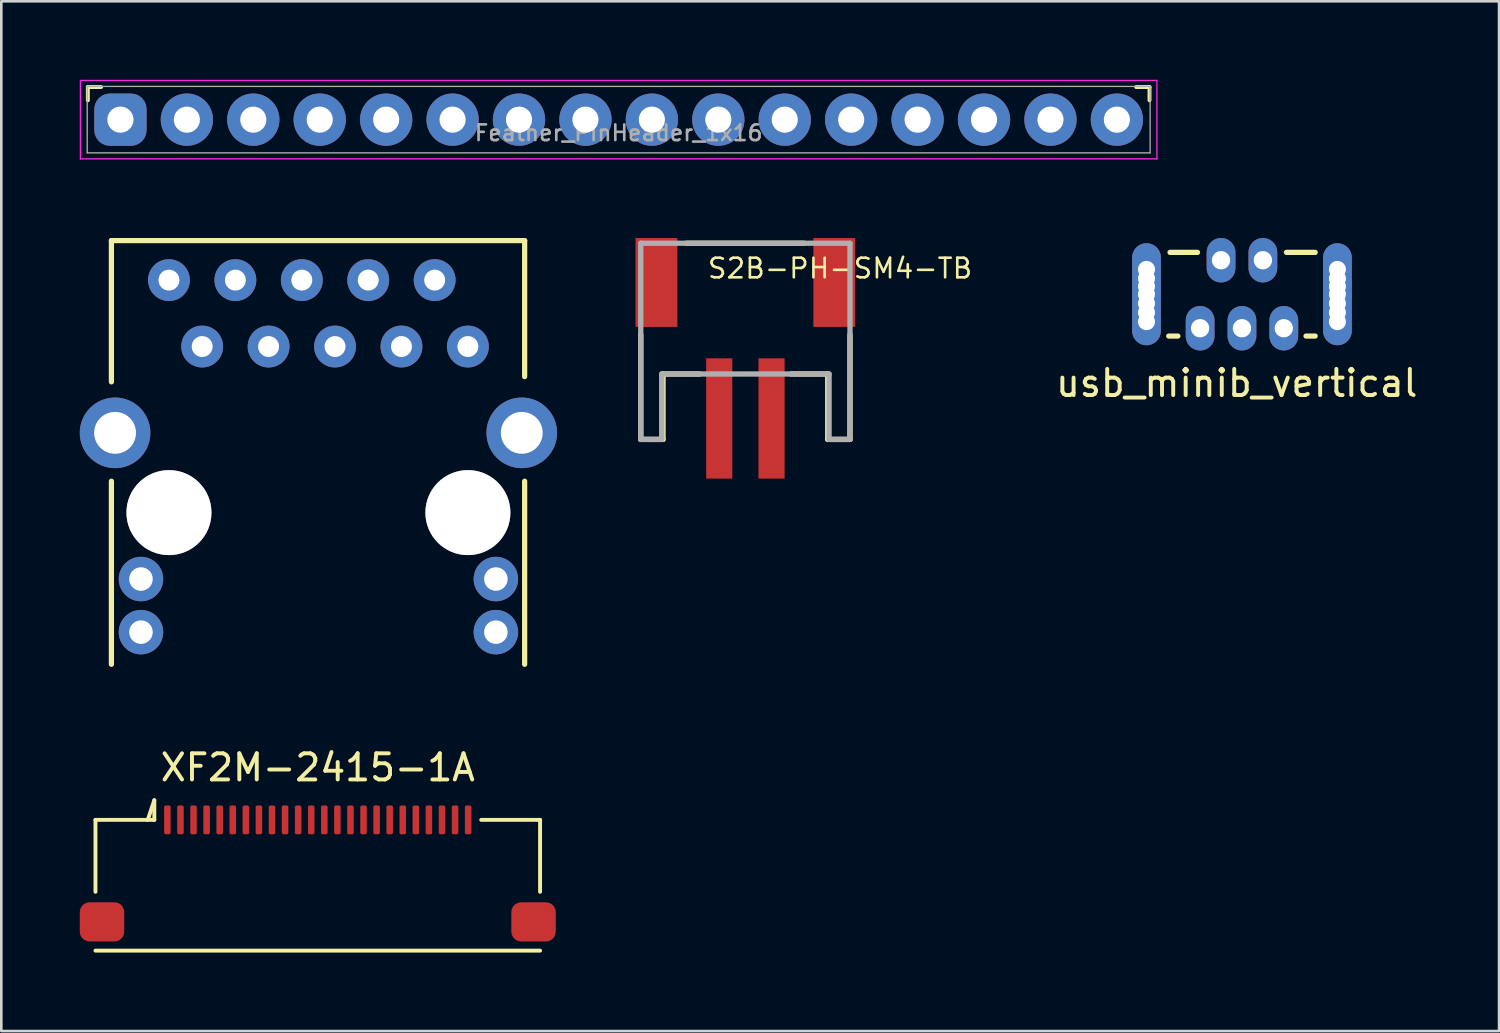
<source format=kicad_pcb>
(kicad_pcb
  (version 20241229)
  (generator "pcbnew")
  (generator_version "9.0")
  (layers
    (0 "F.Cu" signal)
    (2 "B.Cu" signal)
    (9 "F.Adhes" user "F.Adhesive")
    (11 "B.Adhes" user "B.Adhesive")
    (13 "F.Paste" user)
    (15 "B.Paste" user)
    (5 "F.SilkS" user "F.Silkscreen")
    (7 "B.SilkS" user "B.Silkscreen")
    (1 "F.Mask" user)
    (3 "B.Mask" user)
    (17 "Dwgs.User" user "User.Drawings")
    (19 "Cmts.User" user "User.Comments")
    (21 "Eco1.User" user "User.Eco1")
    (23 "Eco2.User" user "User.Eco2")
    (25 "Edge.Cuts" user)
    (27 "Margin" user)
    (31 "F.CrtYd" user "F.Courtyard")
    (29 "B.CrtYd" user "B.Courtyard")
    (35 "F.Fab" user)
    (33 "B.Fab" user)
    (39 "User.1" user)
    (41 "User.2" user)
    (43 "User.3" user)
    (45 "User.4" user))
  (footprint "MAGJACK"
    (layer "F.Cu")
    (at 3.41 16.55)
    (property "Reference" "MAGJACK" (at 6.2 0 0) (layer "F.SilkS") (effects (font (size 0.001 0.001) (thickness 0.15))))
    (attr through_hole)
    (fp_line (start -2.2 -10.4) (end -2.2 -5) (stroke (width 0.2) (type solid)) (layer "F.SilkS"))
    (fp_line (start -2.2 -1.2) (end -2.2 5.8) (stroke (width 0.2) (type solid)) (layer "F.SilkS"))
    (fp_line (start 13.6 -10.4) (end -2.2 -10.4) (stroke (width 0.2) (type solid)) (layer "F.SilkS"))
    (fp_line (start 13.6 -5.2) (end 13.6 -10.4) (stroke (width 0.2) (type solid)) (layer "F.SilkS"))
    (fp_line (start 13.6 5.8) (end 13.6 -1.2) (stroke (width 0.2) (type solid)) (layer "F.SilkS"))
    (pad "" thru_hole circle (at 0 0) (size 3.25 3.25) (drill 3.25) (layers "*.Cu" "*.Mask"))
    (pad "" thru_hole circle (at 11.43 0) (size 3.25 3.25) (drill 3.25) (layers "*.Cu" "*.Mask"))
    (pad "1" thru_hole circle (at -2.06 -3.05) (size 2.7 2.7) (drill 1.6) (layers "*.Cu" "*.Mask"))
    (pad "1" thru_hole circle (at 13.49 -3.05) (size 2.7 2.7) (drill 1.6) (layers "*.Cu" "*.Mask"))
    (pad "2" thru_hole circle (at 11.43 -6.35) (size 1.6 1.6) (drill 0.8) (layers "*.Cu" "*.Mask"))
    (pad "3" thru_hole circle (at 10.16 -8.89) (size 1.6 1.6) (drill 0.8) (layers "*.Cu" "*.Mask"))
    (pad "4" thru_hole circle (at 8.89 -6.35) (size 1.6 1.6) (drill 0.8) (layers "*.Cu" "*.Mask"))
    (pad "5" thru_hole circle (at 7.62 -8.89) (size 1.6 1.6) (drill 0.8) (layers "*.Cu" "*.Mask"))
    (pad "6" thru_hole circle (at 6.35 -6.35) (size 1.6 1.6) (drill 0.8) (layers "*.Cu" "*.Mask"))
    (pad "7" thru_hole circle (at 5.08 -8.89) (size 1.6 1.6) (drill 0.8) (layers "*.Cu" "*.Mask"))
    (pad "8" thru_hole circle (at 3.81 -6.35) (size 1.6 1.6) (drill 0.8) (layers "*.Cu" "*.Mask"))
    (pad "9" thru_hole circle (at 2.54 -8.89) (size 1.6 1.6) (drill 0.8) (layers "*.Cu" "*.Mask"))
    (pad "10" thru_hole circle (at 1.27 -6.35) (size 1.6 1.6) (drill 0.8) (layers "*.Cu" "*.Mask"))
    (pad "11" thru_hole circle (at 0 -8.89) (size 1.6 1.6) (drill 0.8) (layers "*.Cu" "*.Mask"))
    (pad "12" thru_hole circle (at 12.5 2.54) (size 1.7 1.7) (drill 0.9) (layers "*.Cu" "*.Mask"))
    (pad "13" thru_hole circle (at 12.5 4.57) (size 1.7 1.7) (drill 0.9) (layers "*.Cu" "*.Mask"))
    (pad "14" thru_hole circle (at -1.07 2.54) (size 1.7 1.7) (drill 0.9) (layers "*.Cu" "*.Mask"))
    (pad "15" thru_hole circle (at -1.07 4.57) (size 1.7 1.7) (drill 0.9) (layers "*.Cu" "*.Mask")))
  (footprint "usb_minib_vertical"
    (layer "F.Cu")
    (at 44.437 8.2)
    (property "Reference" "usb_minib_vertical" (at -0.2 3.4 0) (layer "F.SilkS") (effects (font (size 1 1) (thickness 0.15))))
    (attr through_hole)
    (fp_line (start -2.45 1.6) (end -2.8 1.6) (stroke (width 0.2) (type solid)) (layer "F.SilkS"))
    (fp_line (start -1.7 -1.6) (end -2.75 -1.6) (stroke (width 0.2) (type solid)) (layer "F.SilkS"))
    (fp_line (start 2.45 1.6) (end 2.8 1.6) (stroke (width 0.2) (type solid)) (layer "F.SilkS"))
    (fp_line (start 2.8 -1.6) (end 1.7 -1.6) (stroke (width 0.2) (type solid)) (layer "F.SilkS"))
    (pad "1" thru_hole oval (at -1.6 1.3) (size 1.1 1.7) (drill 0.7) (layers "*.Cu" "*.Mask"))
    (pad "2" thru_hole oval (at -0.8 -1.3) (size 1.1 1.7) (drill 0.7) (layers "*.Cu" "*.Mask"))
    (pad "3" thru_hole oval (at 0 1.3) (size 1.1 1.7) (drill 0.7) (layers "*.Cu" "*.Mask"))
    (pad "4" thru_hole oval (at 0.8 -1.3) (size 1.1 1.7) (drill 0.7) (layers "*.Cu" "*.Mask"))
    (pad "5" thru_hole oval (at 1.6 1.3) (size 1.1 1.7) (drill 0.7) (layers "*.Cu" "*.Mask"))
    (pad "6" thru_hole oval (at -3.65 -0.95) (size 1 1) (drill 0.65) (layers "*.Cu" "*.Mask"))
    (pad "6" thru_hole oval (at -3.65 -0.6) (size 1 1) (drill 0.65) (layers "*.Cu" "*.Mask"))
    (pad "6" thru_hole oval (at -3.65 -0.3) (size 1 1) (drill 0.65) (layers "*.Cu" "*.Mask"))
    (pad "6" thru_hole oval (at -3.65 0) (size 1.1 3.9) (drill 0.65) (layers "*.Cu" "*.Mask"))
    (pad "6" thru_hole oval (at -3.65 0.35) (size 1 1) (drill 0.65) (layers "*.Cu" "*.Mask"))
    (pad "6" thru_hole oval (at -3.65 0.7) (size 1 1) (drill 0.65) (layers "*.Cu" "*.Mask"))
    (pad "6" thru_hole oval (at -3.65 1.05) (size 1 1) (drill 0.65) (layers "*.Cu" "*.Mask"))
    (pad "6" thru_hole oval (at 3.65 -0.95) (size 1 1) (drill 0.65) (layers "*.Cu" "*.Mask"))
    (pad "6" thru_hole oval (at 3.65 -0.6) (size 1 1) (drill 0.65) (layers "*.Cu" "*.Mask"))
    (pad "6" thru_hole oval (at 3.65 -0.3) (size 1 1) (drill 0.65) (layers "*.Cu" "*.Mask"))
    (pad "6" thru_hole oval (at 3.65 0) (size 1.1 3.9) (drill 0.65) (layers "*.Cu" "*.Mask"))
    (pad "6" thru_hole oval (at 3.65 0.35) (size 1 1) (drill 0.65) (layers "*.Cu" "*.Mask"))
    (pad "6" thru_hole oval (at 3.65 0.7) (size 1 1) (drill 0.65) (layers "*.Cu" "*.Mask"))
    (pad "6" thru_hole oval (at 3.65 1.05) (size 1 1) (drill 0.65) (layers "*.Cu" "*.Mask")))
  (footprint "Feather_PinHeader_1x16"
    (layer "F.Cu")
    (at 20.605 1.525)
    (property "Reference" "Feather_PinHeader_1x16" (at 0 0.508 180) (layer "F.Fab") (effects (font (size 0.6 0.6) (thickness 0.1))))
    (attr through_hole)
    (fp_line (start -20.297 -1.247) (end -20.297 -0.739) (stroke (width 0.15) (type solid)) (layer "F.SilkS"))
    (fp_line (start -20.297 -1.247) (end -19.789 -1.247) (stroke (width 0.15) (type solid)) (layer "F.SilkS"))
    (fp_line (start 19.789 -1.247) (end 20.297 -1.247) (stroke (width 0.15) (type solid)) (layer "F.SilkS"))
    (fp_line (start 20.297 -1.247) (end 20.297 -0.739) (stroke (width 0.15) (type solid)) (layer "F.SilkS"))
    (fp_line (start -20.58 -1.5) (end -20.58 1.5) (stroke (width 0.05) (type solid)) (layer "F.CrtYd"))
    (fp_line (start -20.58 -1.5) (end 20.58 -1.5) (stroke (width 0.05) (type solid)) (layer "F.CrtYd"))
    (fp_line (start 20.58 1.5) (end -20.58 1.5) (stroke (width 0.05) (type solid)) (layer "F.CrtYd"))
    (fp_line (start 20.58 1.5) (end 20.58 -1.5) (stroke (width 0.05) (type solid)) (layer "F.CrtYd"))
    (fp_line (start -20.32 -1.27) (end 20.32 -1.27) (stroke (width 0.05) (type solid)) (layer "F.Fab"))
    (fp_line (start -20.32 1.27) (end -20.32 -1.27) (stroke (width 0.05) (type solid)) (layer "F.Fab"))
    (fp_line (start -20.32 1.27) (end 20.32 1.27) (stroke (width 0.05) (type solid)) (layer "F.Fab"))
    (fp_line (start 20.32 -1.27) (end 20.32 1.27) (stroke (width 0.05) (type solid)) (layer "F.Fab"))
    (pad "1" thru_hole roundrect (at -19.05 0) (size 2 2) (drill 1) (layers "*.Cu" "*.Mask") (roundrect_rratio 0.3))
    (pad "2" thru_hole circle (at -16.51 0) (size 2 2) (drill 1) (layers "*.Cu" "*.Mask"))
    (pad "3" thru_hole circle (at -13.97 0) (size 2 2) (drill 1) (layers "*.Cu" "*.Mask"))
    (pad "4" thru_hole circle (at -11.43 0) (size 2 2) (drill 1) (layers "*.Cu" "*.Mask"))
    (pad "5" thru_hole circle (at -8.89 0) (size 2 2) (drill 1) (layers "*.Cu" "*.Mask"))
    (pad "6" thru_hole circle (at -6.35 0) (size 2 2) (drill 1) (layers "*.Cu" "*.Mask"))
    (pad "7" thru_hole circle (at -3.81 0) (size 2 2) (drill 1) (layers "*.Cu" "*.Mask"))
    (pad "8" thru_hole circle (at -1.27 0) (size 2 2) (drill 1) (layers "*.Cu" "*.Mask"))
    (pad "9" thru_hole circle (at 1.27 0) (size 2 2) (drill 1) (layers "*.Cu" "*.Mask"))
    (pad "10" thru_hole circle (at 3.81 0) (size 2 2) (drill 1) (layers "*.Cu" "*.Mask"))
    (pad "11" thru_hole circle (at 6.35 0) (size 2 2) (drill 1) (layers "*.Cu" "*.Mask"))
    (pad "12" thru_hole circle (at 8.89 0) (size 2 2) (drill 1) (layers "*.Cu" "*.Mask"))
    (pad "13" thru_hole circle (at 11.43 0) (size 2 2) (drill 1) (layers "*.Cu" "*.Mask"))
    (pad "14" thru_hole circle (at 13.97 0) (size 2 2) (drill 1) (layers "*.Cu" "*.Mask"))
    (pad "15" thru_hole circle (at 16.51 0) (size 2 2) (drill 1) (layers "*.Cu" "*.Mask"))
    (pad "16" thru_hole circle (at 19.05 0) (size 2 2) (drill 1) (layers "*.Cu" "*.Mask")))
  (footprint "S2B-PH-SM4-TB"
    (layer "F.Cu")
    (at 25.45 9.25)
    (property "Reference" "S2B-PH-SM4-TB" (at -1.5 -1.6 0) (layer "F.SilkS") (effects (font (size 0.75 0.75) (thickness 0.1)) (justify left bottom)))
    (attr smd)
    (fp_line (start -4 4.5) (end -4 0.5) (stroke (width 0.203) (type solid)) (layer "F.SilkS"))
    (fp_line (start -3.15 2) (end -3.15 4.5) (stroke (width 0.203) (type solid)) (layer "F.SilkS"))
    (fp_line (start -3.15 4.5) (end -4 4.5) (stroke (width 0.203) (type solid)) (layer "F.SilkS"))
    (fp_line (start -2.25 -3) (end 2.25 -3) (stroke (width 0.203) (type solid)) (layer "F.SilkS"))
    (fp_line (start -1.75 2) (end -3.15 2) (stroke (width 0.203) (type solid)) (layer "F.SilkS"))
    (fp_line (start 3.15 2) (end 1.75 2) (stroke (width 0.203) (type solid)) (layer "F.SilkS"))
    (fp_line (start 3.15 4.5) (end 3.15 2) (stroke (width 0.203) (type solid)) (layer "F.SilkS"))
    (fp_line (start 4 0.5) (end 4 4.5) (stroke (width 0.203) (type solid)) (layer "F.SilkS"))
    (fp_line (start 4 4.5) (end 3.15 4.5) (stroke (width 0.203) (type solid)) (layer "F.SilkS"))
    (fp_line (start -4 -3) (end 4 -3) (stroke (width 0.203) (type solid)) (layer "F.Fab"))
    (fp_line (start -4 4.5) (end -4 -3) (stroke (width 0.203) (type solid)) (layer "F.Fab"))
    (fp_line (start -3.2 2) (end -3.2 4.5) (stroke (width 0.203) (type solid)) (layer "F.Fab"))
    (fp_line (start -3.2 4.5) (end -4 4.5) (stroke (width 0.203) (type solid)) (layer "F.Fab"))
    (fp_line (start 3.2 2) (end -3.2 2) (stroke (width 0.203) (type solid)) (layer "F.Fab"))
    (fp_line (start 3.2 4.5) (end 3.2 2) (stroke (width 0.203) (type solid)) (layer "F.Fab"))
    (fp_line (start 4 -3) (end 4 4.5) (stroke (width 0.203) (type solid)) (layer "F.Fab"))
    (fp_line (start 4 4.5) (end 3.2 4.5) (stroke (width 0.203) (type solid)) (layer "F.Fab"))
    (pad "1" smd rect (at -1 3.7) (size 1 4.6) (layers "F.Cu" "F.Mask" "F.Paste"))
    (pad "2" smd rect (at 1 3.7) (size 1 4.6) (layers "F.Cu" "F.Mask" "F.Paste"))
    (pad "NC1" smd rect (at -3.4 -1.5 90) (size 3.4 1.6) (layers "F.Cu" "F.Mask" "F.Paste"))
    (pad "NC2" smd rect (at 3.4 -1.5 90) (size 3.4 1.6) (layers "F.Cu" "F.Mask" "F.Paste")))
  (footprint "XF2M-2415-1A"
    (layer "F.Cu")
    (at 9.1 28.298)
    (property "Reference" "XF2M-2415-1A" (at 0 -2 0) (layer "F.SilkS") (effects (font (size 1 1) (thickness 0.15))))
    (attr through_hole)
    (fp_line (start -8.5 0) (end -6.25 0) (stroke (width 0.15) (type solid)) (layer "F.SilkS"))
    (fp_line (start -8.5 2.75) (end -8.5 0) (stroke (width 0.15) (type solid)) (layer "F.SilkS"))
    (fp_line (start -8.5 5) (end 8.5 5) (stroke (width 0.15) (type solid)) (layer "F.SilkS"))
    (fp_line (start -6.25 -0.75) (end -6.5 0) (stroke (width 0.15) (type solid)) (layer "F.SilkS"))
    (fp_line (start -6.25 0) (end -6.25 -0.75) (stroke (width 0.15) (type solid)) (layer "F.SilkS"))
    (fp_line (start 6.25 0) (end 8.5 0) (stroke (width 0.15) (type solid)) (layer "F.SilkS"))
    (fp_line (start 8.5 0) (end 8.5 2.75) (stroke (width 0.15) (type solid)) (layer "F.SilkS"))
    (pad "1" smd roundrect (at -5.75 0) (size 0.25 1.1) (layers "F.Cu" "F.Mask" "F.Paste") (roundrect_rratio 0.25))
    (pad "2" smd roundrect (at -5.25 0) (size 0.25 1.1) (layers "F.Cu" "F.Mask" "F.Paste") (roundrect_rratio 0.25))
    (pad "3" smd roundrect (at -4.75 0) (size 0.25 1.1) (layers "F.Cu" "F.Mask" "F.Paste") (roundrect_rratio 0.25))
    (pad "4" smd roundrect (at -4.25 0) (size 0.25 1.1) (layers "F.Cu" "F.Mask" "F.Paste") (roundrect_rratio 0.25))
    (pad "5" smd roundrect (at -3.75 0) (size 0.25 1.1) (layers "F.Cu" "F.Mask" "F.Paste") (roundrect_rratio 0.25))
    (pad "6" smd roundrect (at -3.25 0) (size 0.25 1.1) (layers "F.Cu" "F.Mask" "F.Paste") (roundrect_rratio 0.25))
    (pad "7" smd roundrect (at -2.75 0) (size 0.25 1.1) (layers "F.Cu" "F.Mask" "F.Paste") (roundrect_rratio 0.25))
    (pad "8" smd roundrect (at -2.25 0) (size 0.25 1.1) (layers "F.Cu" "F.Mask" "F.Paste") (roundrect_rratio 0.25))
    (pad "9" smd roundrect (at -1.75 0) (size 0.25 1.1) (layers "F.Cu" "F.Mask" "F.Paste") (roundrect_rratio 0.25))
    (pad "10" smd roundrect (at -1.25 0) (size 0.25 1.1) (layers "F.Cu" "F.Mask" "F.Paste") (roundrect_rratio 0.25))
    (pad "11" smd roundrect (at -0.75 0) (size 0.25 1.1) (layers "F.Cu" "F.Mask" "F.Paste") (roundrect_rratio 0.25))
    (pad "12" smd roundrect (at -0.25 0) (size 0.25 1.1) (layers "F.Cu" "F.Mask" "F.Paste") (roundrect_rratio 0.25))
    (pad "13" smd roundrect (at 0.25 0) (size 0.25 1.1) (layers "F.Cu" "F.Mask" "F.Paste") (roundrect_rratio 0.25))
    (pad "14" smd roundrect (at 0.75 0) (size 0.25 1.1) (layers "F.Cu" "F.Mask" "F.Paste") (roundrect_rratio 0.25))
    (pad "15" smd roundrect (at 1.25 0) (size 0.25 1.1) (layers "F.Cu" "F.Mask" "F.Paste") (roundrect_rratio 0.25))
    (pad "16" smd roundrect (at 1.75 0) (size 0.25 1.1) (layers "F.Cu" "F.Mask" "F.Paste") (roundrect_rratio 0.25))
    (pad "17" smd roundrect (at 2.25 0) (size 0.25 1.1) (layers "F.Cu" "F.Mask" "F.Paste") (roundrect_rratio 0.25))
    (pad "18" smd roundrect (at 2.75 0) (size 0.25 1.1) (layers "F.Cu" "F.Mask" "F.Paste") (roundrect_rratio 0.25))
    (pad "19" smd roundrect (at 3.25 0) (size 0.25 1.1) (layers "F.Cu" "F.Mask" "F.Paste") (roundrect_rratio 0.25))
    (pad "20" smd roundrect (at 3.75 0) (size 0.25 1.1) (layers "F.Cu" "F.Mask" "F.Paste") (roundrect_rratio 0.25))
    (pad "21" smd roundrect (at 4.25 0) (size 0.25 1.1) (layers "F.Cu" "F.Mask" "F.Paste") (roundrect_rratio 0.25))
    (pad "22" smd roundrect (at 4.75 0) (size 0.25 1.1) (layers "F.Cu" "F.Mask" "F.Paste") (roundrect_rratio 0.25))
    (pad "23" smd roundrect (at 5.25 0) (size 0.25 1.1) (layers "F.Cu" "F.Mask" "F.Paste") (roundrect_rratio 0.25))
    (pad "24" smd roundrect (at 5.75 0) (size 0.25 1.1) (layers "F.Cu" "F.Mask" "F.Paste") (roundrect_rratio 0.25))
    (pad "25" smd roundrect (at -8.25 3.9) (size 1.7 1.5) (layers "F.Cu" "F.Mask" "F.Paste") (roundrect_rratio 0.25))
    (pad "25" smd roundrect (at 8.25 3.9) (size 1.7 1.5) (layers "F.Cu" "F.Mask" "F.Paste") (roundrect_rratio 0.25)))
  (gr_rect
    (start -3 -3)
    (end 54.267 36.373)
    (stroke (width 0.1) (type default))
    (fill no)
    (layer "Edge.Cuts")))
</source>
